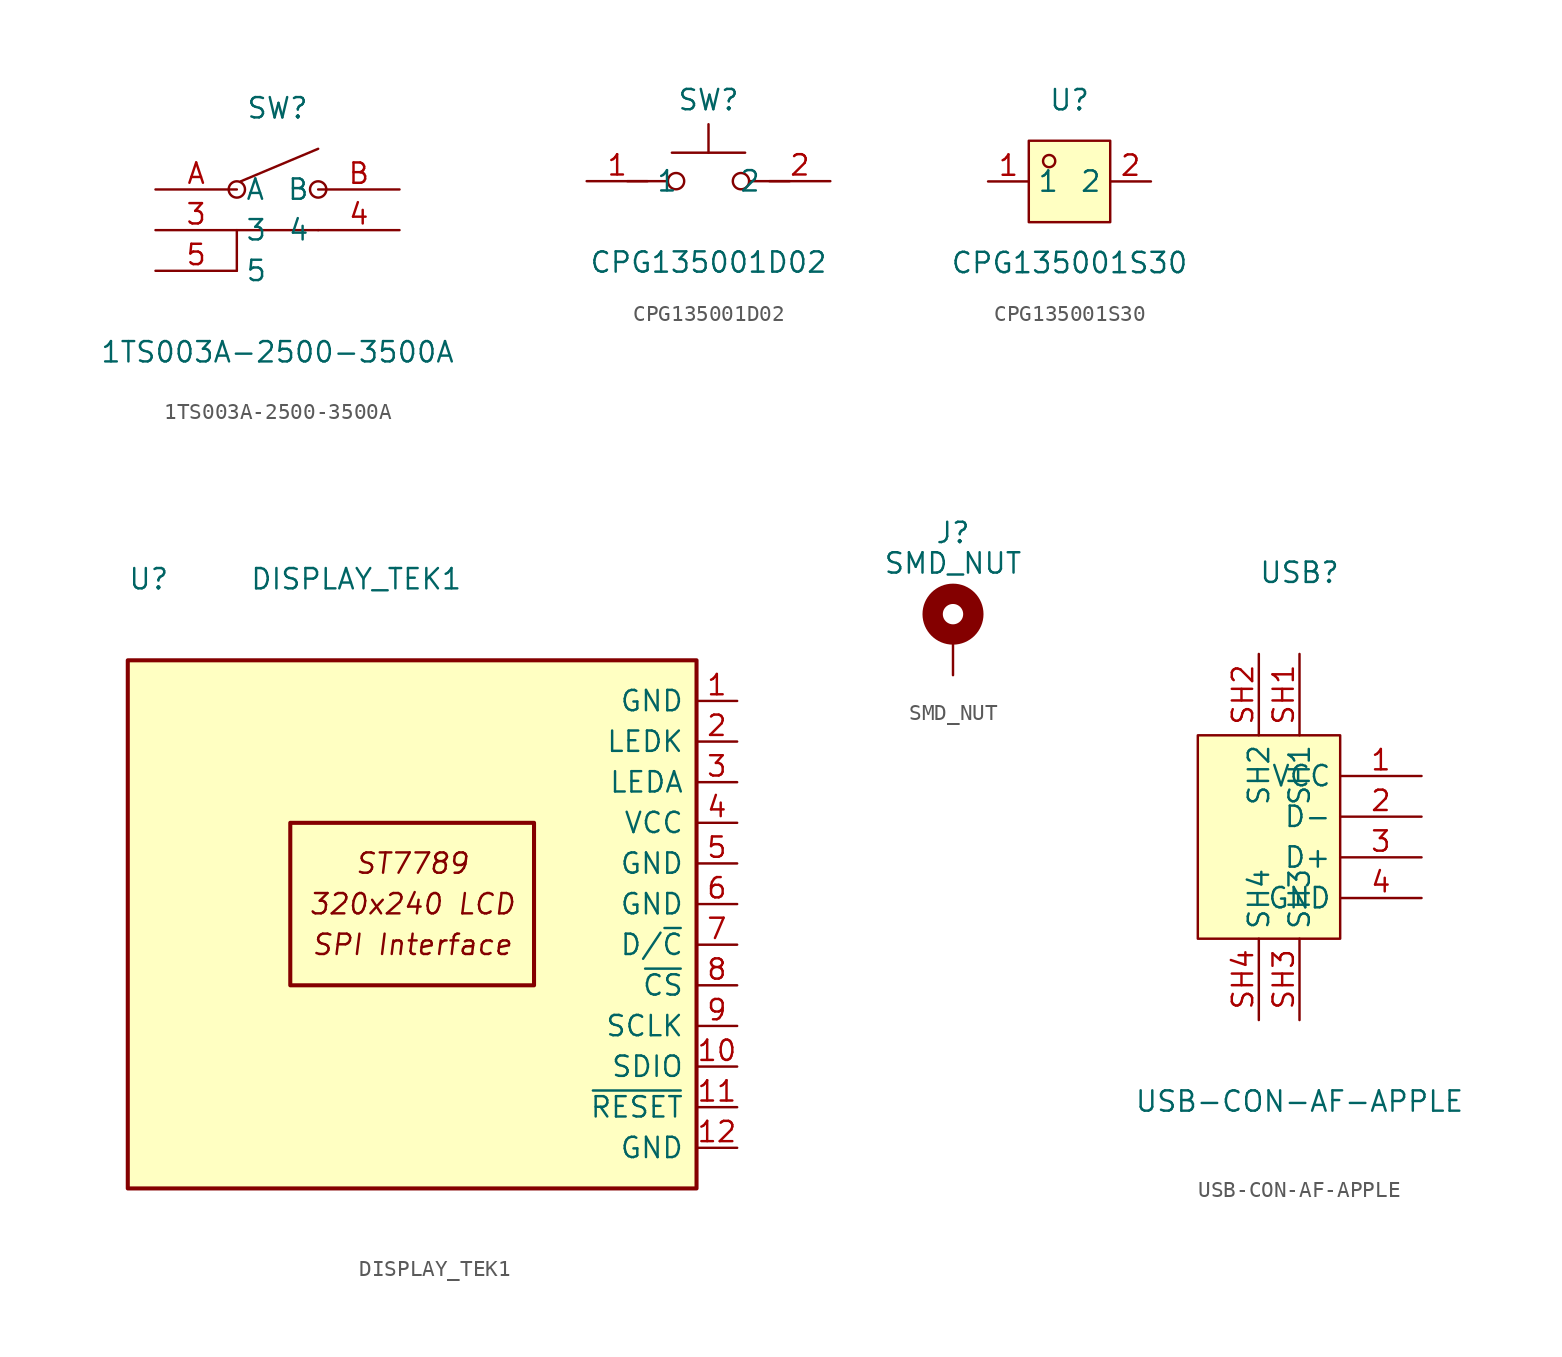
<source format=kicad_sym>
(kicad_symbol_lib
  (version 20231120)
  (generator "kicad_symbol_editor")
  (generator_version "8.0")
  (symbol "1TS003A-2500-3500A"
    (property "Reference" "SW"
      (at 0 5.08 0)
      (effects (font (size 1.27 1.27))))
    (property "Value" "1TS003A-2500-3500A"
      (at 0 -10.16 0)
      (effects (font (size 1.27 1.27))))
    (symbol "1TS003A-2500-3500A_0_1"
      (circle (center -2.54 0) (radius 0.51) (stroke (width 0) (type default)) (fill (type none)))
      (polyline (pts (xy -2.29 0.51) (xy 2.54 2.54)) (stroke (width 0) (type default)) (fill (type none)))
      (polyline (pts (xy 2.54 -2.54) (xy -2.54 -2.54) (xy -2.54 -5.08)) (stroke (width 0) (type default)) (fill (type none)))
      (circle (center 2.54 0) (radius 0.51) (stroke (width 0) (type default)) (fill (type none)))
      (pin unspecified line (at -7.62 -2.54 0) (length 5.08) (name "3" (effects (font (size 1.27 1.27)))) (number "3" (effects (font (size 1.27 1.27)))))
      (pin unspecified line (at 7.62 -2.54 180) (length 5.08) (name "4" (effects (font (size 1.27 1.27)))) (number "4" (effects (font (size 1.27 1.27)))))
      (pin unspecified line (at -7.62 -5.08 0) (length 5.08) (name "5" (effects (font (size 1.27 1.27)))) (number "5" (effects (font (size 1.27 1.27)))))
      (pin unspecified line (at -7.62 0 0) (length 5.08) (name "A" (effects (font (size 1.27 1.27)))) (number "A" (effects (font (size 1.27 1.27)))))
      (pin unspecified line (at 7.62 0 180) (length 5.08) (name "B" (effects (font (size 1.27 1.27)))) (number "B" (effects (font (size 1.27 1.27)))))))
  (symbol "CPG135001D02"
    (property "Reference" "SW"
      (at 0 2.54 0)
      (effects (font (size 1.27 1.27))))
    (property "Value" "CPG135001D02"
      (at 0 -7.62 0)
      (effects (font (size 1.27 1.27))))
    (symbol "CPG135001D02_0_1"
      (circle (center -2.03 -2.54) (radius 0.51) (stroke (width 0) (type default)) (fill (type none)))
      (polyline (pts (xy -5.08 -2.54) (xy -2.54 -2.54)) (stroke (width 0) (type default)) (fill (type none)))
      (polyline (pts (xy -2.29 -0.76) (xy 2.29 -0.76)) (stroke (width 0) (type default)) (fill (type none)))
      (polyline (pts (xy 0 -0.76) (xy 0 1.02)) (stroke (width 0) (type default)) (fill (type none)))
      (polyline (pts (xy 5.08 -2.54) (xy 2.54 -2.54)) (stroke (width 0) (type default)) (fill (type none)))
      (circle (center 2.03 -2.54) (radius 0.51) (stroke (width 0) (type default)) (fill (type none)))
      (pin unspecified line (at -7.62 -2.54 0) (length 3.81) (name "1" (effects (font (size 1.27 1.27)))) (number "1" (effects (font (size 1.27 1.27)))))
      (pin unspecified line (at 7.62 -2.54 180) (length 3.81) (name "2" (effects (font (size 1.27 1.27)))) (number "2" (effects (font (size 1.27 1.27)))))))
  (symbol "CPG135001S30"
    (property "Reference" "U"
      (at 0 5.08 0)
      (effects (font (size 1.27 1.27))))
    (property "Value" "CPG135001S30"
      (at 0 -5.08 0)
      (effects (font (size 1.27 1.27))))
    (symbol "CPG135001S30_0_1"
      (rectangle (start -2.54 2.54) (end 2.54 -2.54) (stroke (width 0) (type default)) (fill (type background)))
      (circle (center -1.27 1.27) (radius 0.38) (stroke (width 0) (type default)) (fill (type none)))
      (pin unspecified line (at -5.08 0 0) (length 2.54) (name "1" (effects (font (size 1.27 1.27)))) (number "1" (effects (font (size 1.27 1.27)))))
      (pin unspecified line (at 5.08 0 180) (length 2.54) (name "2" (effects (font (size 1.27 1.27)))) (number "2" (effects (font (size 1.27 1.27)))))))
  (symbol "DISPLAY_TEK1"
    (pin_names
      (offset 0.762))
    (property "Reference" "U"
      (at -17.78 20.32 0)
      (effects (font (size 1.27 1.27)) (justify left)))
    (property "Value" "DISPLAY_TEK1"
      (at -10.16 20.32 0)
      (effects (font (size 1.27 1.27)) (justify left)))
    (symbol "DISPLAY_TEK1_0_0"
      (text "320x240 LCD" (at 0 0 0) (effects (font (size 1.27 1.27) (italic yes)))))
    (symbol "DISPLAY_TEK1_0_1"
      (rectangle (start -17.78 15.24) (end 17.78 -17.78) (stroke (width 0.254) (type default)) (fill (type background)))
      (rectangle (start -7.62 5.08) (end 7.62 -5.08) (stroke (width 0.254) (type default)) (fill (type none))))
    (symbol "DISPLAY_TEK1_1_0"
      (text "SPI Interface" (at 0 -2.54 0) (effects (font (size 1.27 1.27) (italic yes))))
      (text "ST7789" (at 0 2.54 0) (effects (font (size 1.27 1.27) (italic yes)))))
    (symbol "DISPLAY_TEK1_1_1"
      (pin power_in line (at 20.32 12.7 180) (length 2.54) (name "GND" (effects (font (size 1.27 1.27)))) (number "1" (effects (font (size 1.27 1.27)))))
      (pin input line (at 20.32 -10.16 180) (length 2.54) (name "SDIO" (effects (font (size 1.27 1.27)))) (number "10" (effects (font (size 1.27 1.27)))))
      (pin input line (at 20.32 -12.7 180) (length 2.54) (name "~{RESET}" (effects (font (size 1.27 1.27)))) (number "11" (effects (font (size 1.27 1.27)))))
      (pin power_in line (at 20.32 -15.24 180) (length 2.54) (name "GND" (effects (font (size 1.27 1.27)))) (number "12" (effects (font (size 1.27 1.27)))))
      (pin passive line (at 20.32 10.16 180) (length 2.54) (name "LEDK" (effects (font (size 1.27 1.27)))) (number "2" (effects (font (size 1.27 1.27)))))
      (pin passive line (at 20.32 7.62 180) (length 2.54) (name "LEDA" (effects (font (size 1.27 1.27)))) (number "3" (effects (font (size 1.27 1.27)))))
      (pin power_in line (at 20.32 5.08 180) (length 2.54) (name "VCC" (effects (font (size 1.27 1.27)))) (number "4" (effects (font (size 1.27 1.27)))))
      (pin power_in line (at 20.32 2.54 180) (length 2.54) (name "GND" (effects (font (size 1.27 1.27)))) (number "5" (effects (font (size 1.27 1.27)))))
      (pin power_in line (at 20.32 0 180) (length 2.54) (name "GND" (effects (font (size 1.27 1.27)))) (number "6" (effects (font (size 1.27 1.27)))))
      (pin input line (at 20.32 -2.54 180) (length 2.54) (name "D/~{C}" (effects (font (size 1.27 1.27)))) (number "7" (effects (font (size 1.27 1.27)))))
      (pin input line (at 20.32 -5.08 180) (length 2.54) (name "~{CS}" (effects (font (size 1.27 1.27)))) (number "8" (effects (font (size 1.27 1.27)))))
      (pin input line (at 20.32 -7.62 180) (length 2.54) (name "SCLK" (effects (font (size 1.27 1.27)))) (number "9" (effects (font (size 1.27 1.27)))))))
  (symbol "SMD_NUT"
    (pin_numbers hide)
    (pin_names
      (offset 1.016) hide)
    (property "Reference" "J"
      (at 0 6.35 0)
      (effects (font (size 1.27 1.27))))
    (property "Value" "SMD_NUT"
      (at 0 4.445 0)
      (effects (font (size 1.27 1.27))))
    (symbol "SMD_NUT_0_1"
      (circle (center 0 1.27) (radius 1.27) (stroke (width 1.27) (type default)) (fill (type none))))
    (symbol "SMD_NUT_1_1"
      (pin input line (at 0 -2.54 90) (length 2.54) (name "1" (effects (font (size 1.27 1.27)))) (number "1" (effects (font (size 1.27 1.27)))))))
  (symbol "USB-CON-AF-APPLE"
    (property "Reference" "USB"
      (at 0 17.78 0)
      (effects (font (size 1.27 1.27))))
    (property "Value" "USB-CON-AF-APPLE"
      (at 0 -15.24 0)
      (effects (font (size 1.27 1.27))))
    (symbol "USB-CON-AF-APPLE_0_1"
      (rectangle (start -6.35 7.62) (end 2.54 -5.08) (stroke (width 0) (type default)) (fill (type background)))
      (pin input line (at 7.62 5.08 180) (length 5.08) (name "VCC" (effects (font (size 1.27 1.27)))) (number "1" (effects (font (size 1.27 1.27)))))
      (pin input line (at 7.62 2.54 180) (length 5.08) (name "D-" (effects (font (size 1.27 1.27)))) (number "2" (effects (font (size 1.27 1.27)))))
      (pin input line (at 7.62 0 180) (length 5.08) (name "D+" (effects (font (size 1.27 1.27)))) (number "3" (effects (font (size 1.27 1.27)))))
      (pin input line (at 7.62 -2.54 180) (length 5.08) (name "GND" (effects (font (size 1.27 1.27)))) (number "4" (effects (font (size 1.27 1.27)))))
      (pin unspecified line (at 0 12.7 270) (length 5.08) (name "SH1" (effects (font (size 1.27 1.27)))) (number "SH1" (effects (font (size 1.27 1.27)))))
      (pin unspecified line (at -2.54 12.7 270) (length 5.08) (name "SH2" (effects (font (size 1.27 1.27)))) (number "SH2" (effects (font (size 1.27 1.27)))))
      (pin unspecified line (at 0 -10.16 90) (length 5.08) (name "SH3" (effects (font (size 1.27 1.27)))) (number "SH3" (effects (font (size 1.27 1.27)))))
      (pin unspecified line (at -2.54 -10.16 90) (length 5.08) (name "SH4" (effects (font (size 1.27 1.27)))) (number "SH4" (effects (font (size 1.27 1.27))))))))
</source>
